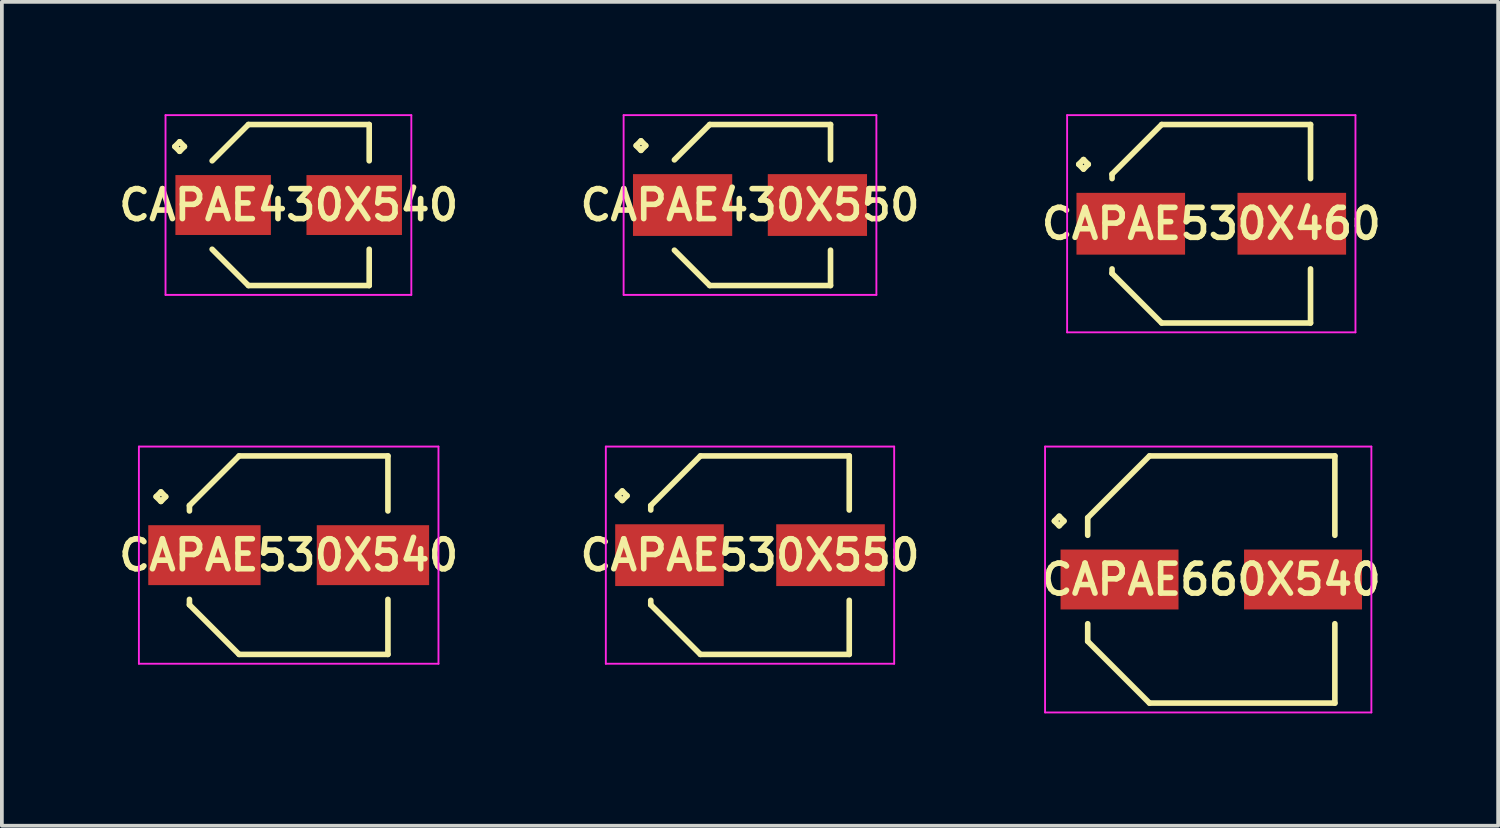
<source format=kicad_pcb>
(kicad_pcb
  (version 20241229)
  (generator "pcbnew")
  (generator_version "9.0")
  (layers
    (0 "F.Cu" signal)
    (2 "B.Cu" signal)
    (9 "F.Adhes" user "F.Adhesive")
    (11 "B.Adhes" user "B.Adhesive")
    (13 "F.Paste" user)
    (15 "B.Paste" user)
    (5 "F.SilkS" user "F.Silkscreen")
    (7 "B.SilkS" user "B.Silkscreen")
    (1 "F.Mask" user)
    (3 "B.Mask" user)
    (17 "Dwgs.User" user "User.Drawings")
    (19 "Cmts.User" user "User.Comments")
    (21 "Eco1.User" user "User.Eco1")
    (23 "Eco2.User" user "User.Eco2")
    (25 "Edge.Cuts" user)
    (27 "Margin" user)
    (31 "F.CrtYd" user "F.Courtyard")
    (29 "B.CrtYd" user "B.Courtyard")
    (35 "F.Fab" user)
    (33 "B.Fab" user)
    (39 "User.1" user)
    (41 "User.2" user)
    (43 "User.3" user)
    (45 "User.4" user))
  (footprint "CAPAE530X460"
    (layer "F.Cu")
    (at 29.296 2.925)
    (property "Reference" "CAPAE530X460" (at 0 0 0) (layer "F.SilkS") (effects (font (size 0.8 0.8) (thickness 0.15))))
    (attr smd)
    (fp_line (start -3.539 -1.587) (end -3.412 -1.714) (stroke (width 0.15) (type solid)) (layer "F.SilkS"))
    (fp_line (start -3.412 -1.714) (end -3.285 -1.587) (stroke (width 0.15) (type solid)) (layer "F.SilkS"))
    (fp_line (start -3.412 -1.46) (end -3.539 -1.587) (stroke (width 0.15) (type solid)) (layer "F.SilkS"))
    (fp_line (start -3.285 -1.587) (end -3.412 -1.46) (stroke (width 0.15) (type solid)) (layer "F.SilkS"))
    (fp_line (start -2.65 -1.325) (end -2.65 -1.206) (stroke (width 0.15) (type solid)) (layer "F.SilkS"))
    (fp_line (start -2.65 1.325) (end -2.65 1.206) (stroke (width 0.15) (type solid)) (layer "F.SilkS"))
    (fp_line (start -1.325 -2.65) (end -2.65 -1.325) (stroke (width 0.15) (type solid)) (layer "F.SilkS"))
    (fp_line (start -1.325 2.65) (end -2.65 1.325) (stroke (width 0.15) (type solid)) (layer "F.SilkS"))
    (fp_line (start 2.65 -2.65) (end -1.325 -2.65) (stroke (width 0.15) (type solid)) (layer "F.SilkS"))
    (fp_line (start 2.65 -1.206) (end 2.65 -2.65) (stroke (width 0.15) (type solid)) (layer "F.SilkS"))
    (fp_line (start 2.65 1.206) (end 2.65 2.65) (stroke (width 0.15) (type solid)) (layer "F.SilkS"))
    (fp_line (start 2.65 2.65) (end -1.325 2.65) (stroke (width 0.15) (type solid)) (layer "F.SilkS"))
    (fp_line (start -3.85 -2.9) (end 3.85 -2.9) (stroke (width 0.05) (type solid)) (layer "F.CrtYd"))
    (fp_line (start -3.85 2.9) (end -3.85 -2.9) (stroke (width 0.05) (type solid)) (layer "F.CrtYd"))
    (fp_line (start 3.85 -2.9) (end 3.85 2.9) (stroke (width 0.05) (type solid)) (layer "F.CrtYd"))
    (fp_line (start 3.85 2.9) (end -3.85 2.9) (stroke (width 0.05) (type solid)) (layer "F.CrtYd"))
    (pad "1" smd rect (at -2.15 0) (size 2.9 1.65) (layers "F.Cu" "F.Mask" "F.Paste"))
    (pad "2" smd rect (at 2.15 0) (size 2.9 1.65) (layers "F.Cu" "F.Mask" "F.Paste")))
  (footprint "CAPAE430X550"
    (layer "F.Cu")
    (at 16.978 2.425)
    (property "Reference" "CAPAE430X550" (at 0 0 0) (layer "F.SilkS") (effects (font (size 0.8 0.8) (thickness 0.15))))
    (attr smd)
    (fp_line (start -3.039 -1.587) (end -2.912 -1.714) (stroke (width 0.15) (type solid)) (layer "F.SilkS"))
    (fp_line (start -2.912 -1.714) (end -2.785 -1.587) (stroke (width 0.15) (type solid)) (layer "F.SilkS"))
    (fp_line (start -2.912 -1.46) (end -3.039 -1.587) (stroke (width 0.15) (type solid)) (layer "F.SilkS"))
    (fp_line (start -2.785 -1.587) (end -2.912 -1.46) (stroke (width 0.15) (type solid)) (layer "F.SilkS"))
    (fp_line (start -1.075 -2.15) (end -2.019 -1.206) (stroke (width 0.15) (type solid)) (layer "F.SilkS"))
    (fp_line (start -1.075 2.15) (end -2.019 1.206) (stroke (width 0.15) (type solid)) (layer "F.SilkS"))
    (fp_line (start 2.15 -2.15) (end -1.075 -2.15) (stroke (width 0.15) (type solid)) (layer "F.SilkS"))
    (fp_line (start 2.15 -1.206) (end 2.15 -2.15) (stroke (width 0.15) (type solid)) (layer "F.SilkS"))
    (fp_line (start 2.15 1.206) (end 2.15 2.15) (stroke (width 0.15) (type solid)) (layer "F.SilkS"))
    (fp_line (start 2.15 2.15) (end -1.075 2.15) (stroke (width 0.15) (type solid)) (layer "F.SilkS"))
    (fp_line (start -3.375 -2.4) (end 3.375 -2.4) (stroke (width 0.05) (type solid)) (layer "F.CrtYd"))
    (fp_line (start -3.375 2.4) (end -3.375 -2.4) (stroke (width 0.05) (type solid)) (layer "F.CrtYd"))
    (fp_line (start 3.375 -2.4) (end 3.375 2.4) (stroke (width 0.05) (type solid)) (layer "F.CrtYd"))
    (fp_line (start 3.375 2.4) (end -3.375 2.4) (stroke (width 0.05) (type solid)) (layer "F.CrtYd"))
    (pad "1" smd rect (at -1.8 0) (size 2.65 1.65) (layers "F.Cu" "F.Mask" "F.Paste"))
    (pad "2" smd rect (at 1.8 0) (size 2.65 1.65) (layers "F.Cu" "F.Mask" "F.Paste")))
  (footprint "CAPAE660X540"
    (layer "F.Cu")
    (at 29.296 12.425)
    (property "Reference" "CAPAE660X540" (at 0 0 0) (layer "F.SilkS") (effects (font (size 0.8 0.8) (thickness 0.15))))
    (attr smd)
    (fp_line (start -4.189 -1.562) (end -4.062 -1.689) (stroke (width 0.15) (type solid)) (layer "F.SilkS"))
    (fp_line (start -4.062 -1.689) (end -3.935 -1.562) (stroke (width 0.15) (type solid)) (layer "F.SilkS"))
    (fp_line (start -4.062 -1.435) (end -4.189 -1.562) (stroke (width 0.15) (type solid)) (layer "F.SilkS"))
    (fp_line (start -3.935 -1.562) (end -4.062 -1.435) (stroke (width 0.15) (type solid)) (layer "F.SilkS"))
    (fp_line (start -3.3 -1.65) (end -3.3 -1.181) (stroke (width 0.15) (type solid)) (layer "F.SilkS"))
    (fp_line (start -3.3 1.65) (end -3.3 1.181) (stroke (width 0.15) (type solid)) (layer "F.SilkS"))
    (fp_line (start -1.65 -3.3) (end -3.3 -1.65) (stroke (width 0.15) (type solid)) (layer "F.SilkS"))
    (fp_line (start -1.65 3.3) (end -3.3 1.65) (stroke (width 0.15) (type solid)) (layer "F.SilkS"))
    (fp_line (start 3.3 -3.3) (end -1.65 -3.3) (stroke (width 0.15) (type solid)) (layer "F.SilkS"))
    (fp_line (start 3.3 -1.181) (end 3.3 -3.3) (stroke (width 0.15) (type solid)) (layer "F.SilkS"))
    (fp_line (start 3.3 1.181) (end 3.3 3.3) (stroke (width 0.15) (type solid)) (layer "F.SilkS"))
    (fp_line (start 3.3 3.3) (end -1.65 3.3) (stroke (width 0.15) (type solid)) (layer "F.SilkS"))
    (fp_line (start -4.439 -3.55) (end 4.275 -3.55) (stroke (width 0.05) (type solid)) (layer "F.CrtYd"))
    (fp_line (start -4.439 3.55) (end -4.439 -3.55) (stroke (width 0.05) (type solid)) (layer "F.CrtYd"))
    (fp_line (start 4.275 -3.55) (end 4.275 3.55) (stroke (width 0.05) (type solid)) (layer "F.CrtYd"))
    (fp_line (start 4.275 3.55) (end -4.439 3.55) (stroke (width 0.05) (type solid)) (layer "F.CrtYd"))
    (pad "1" smd rect (at -2.45 0) (size 3.15 1.6) (layers "F.Cu" "F.Mask" "F.Paste"))
    (pad "2" smd rect (at 2.45 0) (size 3.15 1.6) (layers "F.Cu" "F.Mask" "F.Paste")))
  (footprint "CAPAE530X540"
    (layer "F.Cu")
    (at 4.659 11.775)
    (property "Reference" "CAPAE530X540" (at 0 0 0) (layer "F.SilkS") (effects (font (size 0.8 0.8) (thickness 0.15))))
    (attr smd)
    (fp_line (start -3.539 -1.562) (end -3.412 -1.689) (stroke (width 0.15) (type solid)) (layer "F.SilkS"))
    (fp_line (start -3.412 -1.689) (end -3.285 -1.562) (stroke (width 0.15) (type solid)) (layer "F.SilkS"))
    (fp_line (start -3.412 -1.435) (end -3.539 -1.562) (stroke (width 0.15) (type solid)) (layer "F.SilkS"))
    (fp_line (start -3.285 -1.562) (end -3.412 -1.435) (stroke (width 0.15) (type solid)) (layer "F.SilkS"))
    (fp_line (start -2.65 -1.325) (end -2.65 -1.181) (stroke (width 0.15) (type solid)) (layer "F.SilkS"))
    (fp_line (start -2.65 1.325) (end -2.65 1.181) (stroke (width 0.15) (type solid)) (layer "F.SilkS"))
    (fp_line (start -1.325 -2.65) (end -2.65 -1.325) (stroke (width 0.15) (type solid)) (layer "F.SilkS"))
    (fp_line (start -1.325 2.65) (end -2.65 1.325) (stroke (width 0.15) (type solid)) (layer "F.SilkS"))
    (fp_line (start 2.65 -2.65) (end -1.325 -2.65) (stroke (width 0.15) (type solid)) (layer "F.SilkS"))
    (fp_line (start 2.65 -1.181) (end 2.65 -2.65) (stroke (width 0.15) (type solid)) (layer "F.SilkS"))
    (fp_line (start 2.65 1.181) (end 2.65 2.65) (stroke (width 0.15) (type solid)) (layer "F.SilkS"))
    (fp_line (start 2.65 2.65) (end -1.325 2.65) (stroke (width 0.15) (type solid)) (layer "F.SilkS"))
    (fp_line (start -4 -2.9) (end 4 -2.9) (stroke (width 0.05) (type solid)) (layer "F.CrtYd"))
    (fp_line (start -4 2.9) (end -4 -2.9) (stroke (width 0.05) (type solid)) (layer "F.CrtYd"))
    (fp_line (start 4 -2.9) (end 4 2.9) (stroke (width 0.05) (type solid)) (layer "F.CrtYd"))
    (fp_line (start 4 2.9) (end -4 2.9) (stroke (width 0.05) (type solid)) (layer "F.CrtYd"))
    (pad "1" smd rect (at -2.25 0) (size 3 1.6) (layers "F.Cu" "F.Mask" "F.Paste"))
    (pad "2" smd rect (at 2.25 0) (size 3 1.6) (layers "F.Cu" "F.Mask" "F.Paste")))
  (footprint "CAPAE430X540"
    (layer "F.Cu")
    (at 4.659 2.425)
    (property "Reference" "CAPAE430X540" (at 0 0 0) (layer "F.SilkS") (effects (font (size 0.8 0.8) (thickness 0.15))))
    (attr smd)
    (fp_line (start -3.039 -1.562) (end -2.912 -1.689) (stroke (width 0.15) (type solid)) (layer "F.SilkS"))
    (fp_line (start -2.912 -1.689) (end -2.785 -1.562) (stroke (width 0.15) (type solid)) (layer "F.SilkS"))
    (fp_line (start -2.912 -1.435) (end -3.039 -1.562) (stroke (width 0.15) (type solid)) (layer "F.SilkS"))
    (fp_line (start -2.785 -1.562) (end -2.912 -1.435) (stroke (width 0.15) (type solid)) (layer "F.SilkS"))
    (fp_line (start -1.075 -2.15) (end -2.044 -1.181) (stroke (width 0.15) (type solid)) (layer "F.SilkS"))
    (fp_line (start -1.075 2.15) (end -2.044 1.181) (stroke (width 0.15) (type solid)) (layer "F.SilkS"))
    (fp_line (start 2.15 -2.15) (end -1.075 -2.15) (stroke (width 0.15) (type solid)) (layer "F.SilkS"))
    (fp_line (start 2.15 -1.181) (end 2.15 -2.15) (stroke (width 0.15) (type solid)) (layer "F.SilkS"))
    (fp_line (start 2.15 1.181) (end 2.15 2.15) (stroke (width 0.15) (type solid)) (layer "F.SilkS"))
    (fp_line (start 2.15 2.15) (end -1.075 2.15) (stroke (width 0.15) (type solid)) (layer "F.SilkS"))
    (fp_line (start -3.289 -2.4) (end 3.275 -2.4) (stroke (width 0.05) (type solid)) (layer "F.CrtYd"))
    (fp_line (start -3.289 2.4) (end -3.289 -2.4) (stroke (width 0.05) (type solid)) (layer "F.CrtYd"))
    (fp_line (start 3.275 -2.4) (end 3.275 2.4) (stroke (width 0.05) (type solid)) (layer "F.CrtYd"))
    (fp_line (start 3.275 2.4) (end -3.289 2.4) (stroke (width 0.05) (type solid)) (layer "F.CrtYd"))
    (pad "1" smd rect (at -1.75 0) (size 2.55 1.6) (layers "F.Cu" "F.Mask" "F.Paste"))
    (pad "2" smd rect (at 1.75 0) (size 2.55 1.6) (layers "F.Cu" "F.Mask" "F.Paste")))
  (footprint "CAPAE530X550"
    (layer "F.Cu")
    (at 16.978 11.775)
    (property "Reference" "CAPAE530X550" (at 0 0 0) (layer "F.SilkS") (effects (font (size 0.8 0.8) (thickness 0.15))))
    (attr smd)
    (fp_line (start -3.539 -1.587) (end -3.412 -1.714) (stroke (width 0.15) (type solid)) (layer "F.SilkS"))
    (fp_line (start -3.412 -1.714) (end -3.285 -1.587) (stroke (width 0.15) (type solid)) (layer "F.SilkS"))
    (fp_line (start -3.412 -1.46) (end -3.539 -1.587) (stroke (width 0.15) (type solid)) (layer "F.SilkS"))
    (fp_line (start -3.285 -1.587) (end -3.412 -1.46) (stroke (width 0.15) (type solid)) (layer "F.SilkS"))
    (fp_line (start -2.65 -1.325) (end -2.65 -1.206) (stroke (width 0.15) (type solid)) (layer "F.SilkS"))
    (fp_line (start -2.65 1.325) (end -2.65 1.206) (stroke (width 0.15) (type solid)) (layer "F.SilkS"))
    (fp_line (start -1.325 -2.65) (end -2.65 -1.325) (stroke (width 0.15) (type solid)) (layer "F.SilkS"))
    (fp_line (start -1.325 2.65) (end -2.65 1.325) (stroke (width 0.15) (type solid)) (layer "F.SilkS"))
    (fp_line (start 2.65 -2.65) (end -1.325 -2.65) (stroke (width 0.15) (type solid)) (layer "F.SilkS"))
    (fp_line (start 2.65 -1.206) (end 2.65 -2.65) (stroke (width 0.15) (type solid)) (layer "F.SilkS"))
    (fp_line (start 2.65 1.206) (end 2.65 2.65) (stroke (width 0.15) (type solid)) (layer "F.SilkS"))
    (fp_line (start 2.65 2.65) (end -1.325 2.65) (stroke (width 0.15) (type solid)) (layer "F.SilkS"))
    (fp_line (start -3.85 -2.9) (end 3.85 -2.9) (stroke (width 0.05) (type solid)) (layer "F.CrtYd"))
    (fp_line (start -3.85 2.9) (end -3.85 -2.9) (stroke (width 0.05) (type solid)) (layer "F.CrtYd"))
    (fp_line (start 3.85 -2.9) (end 3.85 2.9) (stroke (width 0.05) (type solid)) (layer "F.CrtYd"))
    (fp_line (start 3.85 2.9) (end -3.85 2.9) (stroke (width 0.05) (type solid)) (layer "F.CrtYd"))
    (pad "1" smd rect (at -2.15 0) (size 2.9 1.65) (layers "F.Cu" "F.Mask" "F.Paste"))
    (pad "2" smd rect (at 2.15 0) (size 2.9 1.65) (layers "F.Cu" "F.Mask" "F.Paste")))
  (gr_rect
    (start -3 -3)
    (end 36.956 19)
    (stroke (width 0.1) (type default))
    (fill no)
    (layer "Edge.Cuts")))
</source>
